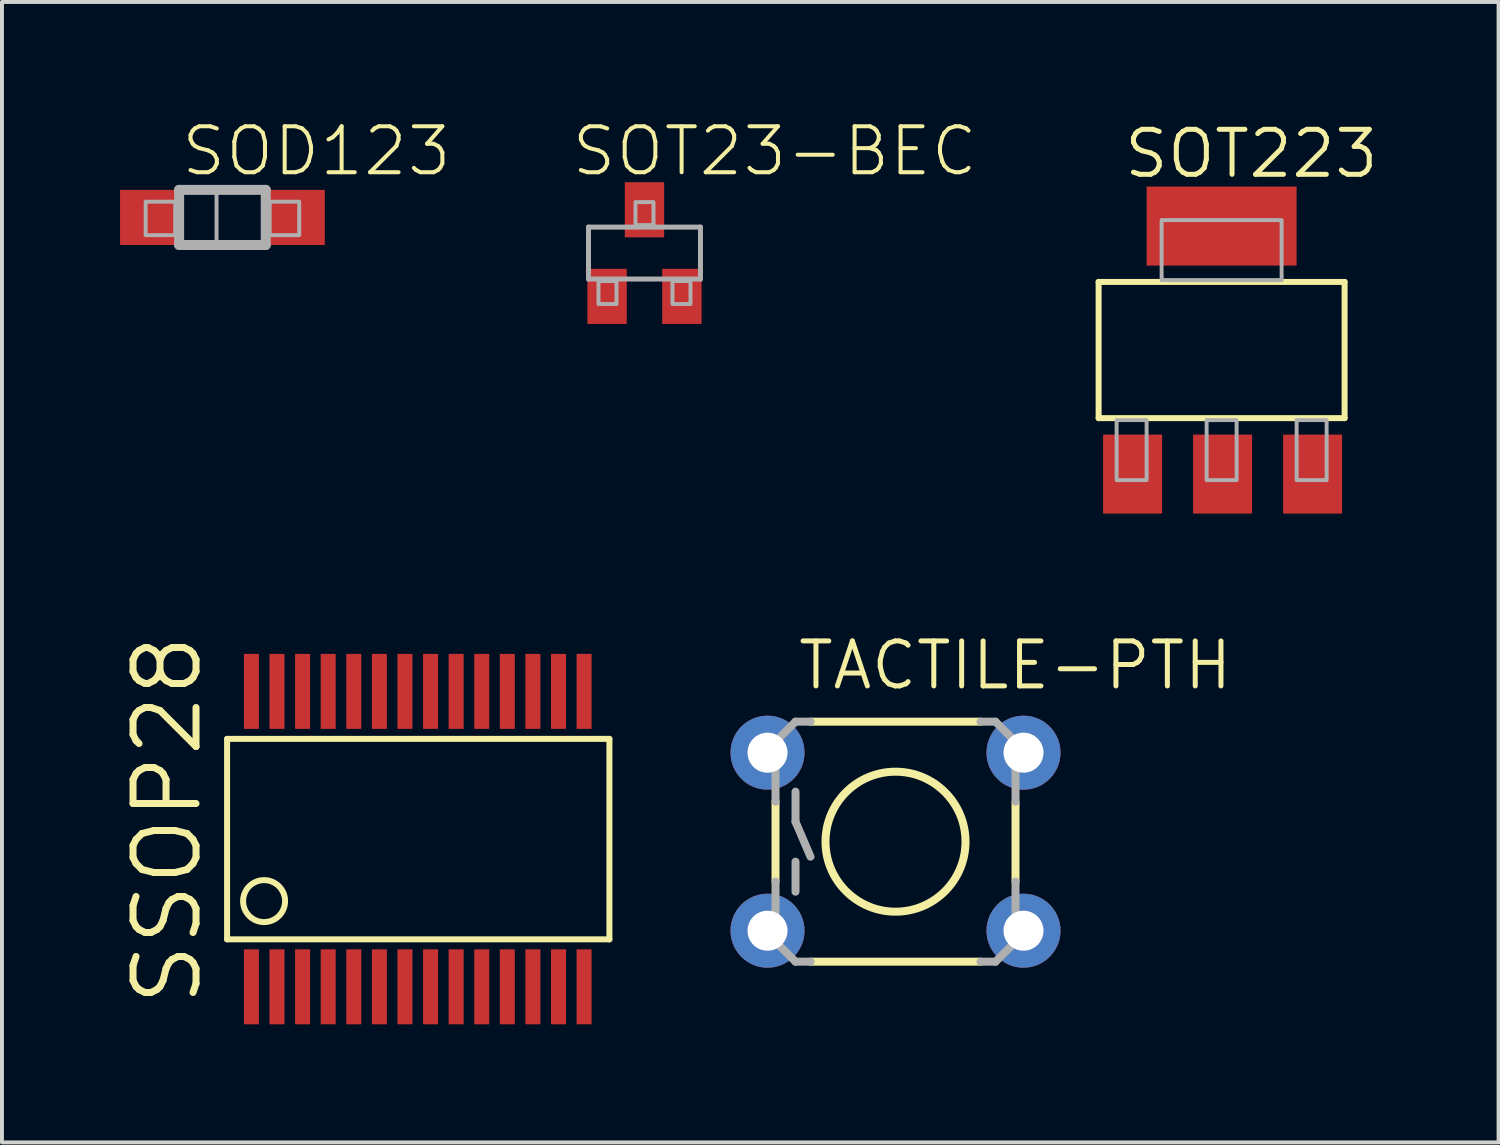
<source format=kicad_pcb>
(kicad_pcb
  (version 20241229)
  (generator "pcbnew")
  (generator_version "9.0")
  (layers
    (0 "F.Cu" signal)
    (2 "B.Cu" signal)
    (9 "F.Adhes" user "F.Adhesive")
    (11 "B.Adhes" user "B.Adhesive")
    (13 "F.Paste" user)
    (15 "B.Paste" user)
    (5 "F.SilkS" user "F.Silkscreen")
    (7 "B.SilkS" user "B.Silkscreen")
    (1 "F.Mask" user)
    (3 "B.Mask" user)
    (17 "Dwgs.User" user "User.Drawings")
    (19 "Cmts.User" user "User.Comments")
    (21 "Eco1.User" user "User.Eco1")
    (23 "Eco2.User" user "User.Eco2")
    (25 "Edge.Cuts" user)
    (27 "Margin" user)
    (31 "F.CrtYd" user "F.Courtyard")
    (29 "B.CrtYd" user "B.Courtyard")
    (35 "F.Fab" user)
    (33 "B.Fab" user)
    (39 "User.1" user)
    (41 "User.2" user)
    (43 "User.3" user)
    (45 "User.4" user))
  (footprint "SSOP28"
    (layer "F.Cu")
    (at 7.886 18.263)
    (property "Reference" "SSOP28" (at -5.752 4.318 90) (layer "F.SilkS") (effects (font (size 1.6 1.6) (thickness 0.178)) (justify left bottom)))
    (fp_line (start -5.168 -2.546) (end -5.168 2.546) (stroke (width 0.152) (type solid)) (layer "F.SilkS"))
    (fp_line (start -5.168 2.546) (end 4.543 2.546) (stroke (width 0.152) (type solid)) (layer "F.SilkS"))
    (fp_line (start 4.543 -2.546) (end -5.168 -2.546) (stroke (width 0.152) (type solid)) (layer "F.SilkS"))
    (fp_line (start 4.543 2.546) (end 4.543 -2.546) (stroke (width 0.152) (type solid)) (layer "F.SilkS"))
    (fp_circle (center -4.228 1.575) (end -3.695 1.575) (stroke (width 0.152) (type solid)) (fill no) (layer "F.SilkS"))
    (pad "1" smd rect (at -4.55 3.752 90) (size 1.905 0.381) (layers "F.Cu" "F.Mask" "F.Paste"))
    (pad "2" smd rect (at -3.9 3.752 90) (size 1.905 0.381) (layers "F.Cu" "F.Mask" "F.Paste"))
    (pad "3" smd rect (at -3.25 3.752 90) (size 1.905 0.381) (layers "F.Cu" "F.Mask" "F.Paste"))
    (pad "4" smd rect (at -2.6 3.752 90) (size 1.905 0.381) (layers "F.Cu" "F.Mask" "F.Paste"))
    (pad "5" smd rect (at -1.95 3.752 90) (size 1.905 0.381) (layers "F.Cu" "F.Mask" "F.Paste"))
    (pad "6" smd rect (at -1.3 3.752 90) (size 1.905 0.381) (layers "F.Cu" "F.Mask" "F.Paste"))
    (pad "7" smd rect (at -0.65 3.752 90) (size 1.905 0.381) (layers "F.Cu" "F.Mask" "F.Paste"))
    (pad "8" smd rect (at 0 3.752 90) (size 1.905 0.381) (layers "F.Cu" "F.Mask" "F.Paste"))
    (pad "9" smd rect (at 0.65 3.752 90) (size 1.905 0.381) (layers "F.Cu" "F.Mask" "F.Paste"))
    (pad "10" smd rect (at 1.3 3.752 90) (size 1.905 0.381) (layers "F.Cu" "F.Mask" "F.Paste"))
    (pad "11" smd rect (at 1.95 3.752 90) (size 1.905 0.381) (layers "F.Cu" "F.Mask" "F.Paste"))
    (pad "12" smd rect (at 2.6 3.752 90) (size 1.905 0.381) (layers "F.Cu" "F.Mask" "F.Paste"))
    (pad "13" smd rect (at 3.25 3.752 90) (size 1.905 0.381) (layers "F.Cu" "F.Mask" "F.Paste"))
    (pad "14" smd rect (at 3.9 3.752 90) (size 1.905 0.381) (layers "F.Cu" "F.Mask" "F.Paste"))
    (pad "15" smd rect (at 3.9 -3.752 90) (size 1.905 0.381) (layers "F.Cu" "F.Mask" "F.Paste"))
    (pad "16" smd rect (at 3.25 -3.752 90) (size 1.905 0.381) (layers "F.Cu" "F.Mask" "F.Paste"))
    (pad "17" smd rect (at 2.6 -3.752 90) (size 1.905 0.381) (layers "F.Cu" "F.Mask" "F.Paste"))
    (pad "18" smd rect (at 1.95 -3.752 90) (size 1.905 0.381) (layers "F.Cu" "F.Mask" "F.Paste"))
    (pad "19" smd rect (at 1.3 -3.752 90) (size 1.905 0.381) (layers "F.Cu" "F.Mask" "F.Paste"))
    (pad "20" smd rect (at 0.65 -3.752 90) (size 1.905 0.381) (layers "F.Cu" "F.Mask" "F.Paste"))
    (pad "21" smd rect (at 0 -3.752 90) (size 1.905 0.381) (layers "F.Cu" "F.Mask" "F.Paste"))
    (pad "22" smd rect (at -0.65 -3.752 90) (size 1.905 0.381) (layers "F.Cu" "F.Mask" "F.Paste"))
    (pad "23" smd rect (at -1.3 -3.752 90) (size 1.905 0.381) (layers "F.Cu" "F.Mask" "F.Paste"))
    (pad "24" smd rect (at -1.95 -3.752 90) (size 1.905 0.381) (layers "F.Cu" "F.Mask" "F.Paste"))
    (pad "25" smd rect (at -2.6 -3.752 90) (size 1.905 0.381) (layers "F.Cu" "F.Mask" "F.Paste"))
    (pad "26" smd rect (at -3.25 -3.752 90) (size 1.905 0.381) (layers "F.Cu" "F.Mask" "F.Paste"))
    (pad "27" smd rect (at -3.9 -3.752 90) (size 1.905 0.381) (layers "F.Cu" "F.Mask" "F.Paste"))
    (pad "28" smd rect (at -4.55 -3.752 90) (size 1.905 0.381) (layers "F.Cu" "F.Mask" "F.Paste")))
  (footprint "SOT223"
    (layer "F.Cu")
    (at 27.979 5.842)
    (property "Reference" "SOT223" (at -2.54 -4.318 0) (layer "F.SilkS") (effects (font (size 1.143 1.143) (thickness 0.127)) (justify left bottom)))
    (fp_line (start -3.124 -1.731) (end -3.124 1.729) (stroke (width 0.152) (type solid)) (layer "F.SilkS"))
    (fp_line (start -3.124 -1.731) (end 3.124 -1.731) (stroke (width 0.152) (type solid)) (layer "F.SilkS"))
    (fp_line (start 3.124 1.729) (end -3.124 1.729) (stroke (width 0.152) (type solid)) (layer "F.SilkS"))
    (fp_line (start 3.124 1.729) (end 3.124 -1.731) (stroke (width 0.152) (type solid)) (layer "F.SilkS"))
    (fp_poly (pts (xy -2.667 3.302) (xy -1.905 3.302) (xy -1.905 1.778) (xy -2.667 1.778)) (stroke (width 0.1) (type solid)) (fill no) (layer "F.Fab"))
    (fp_poly (pts (xy -1.524 -1.778) (xy 1.524 -1.778) (xy 1.524 -3.302) (xy -1.524 -3.302)) (stroke (width 0.1) (type solid)) (fill no) (layer "F.Fab"))
    (fp_poly (pts (xy -0.381 3.302) (xy 0.381 3.302) (xy 0.381 1.778) (xy -0.381 1.778)) (stroke (width 0.1) (type solid)) (fill no) (layer "F.Fab"))
    (fp_poly (pts (xy 1.905 3.302) (xy 2.667 3.302) (xy 2.667 1.778) (xy 1.905 1.778)) (stroke (width 0.1) (type solid)) (fill no) (layer "F.Fab"))
    (pad "1" smd rect (at -2.261 3.15) (size 1.499 2.007) (layers "F.Cu" "F.Mask" "F.Paste"))
    (pad "2" smd rect (at 0.025 3.15) (size 1.499 2.007) (layers "F.Cu" "F.Mask" "F.Paste"))
    (pad "3" smd rect (at 2.311 3.15) (size 1.499 2.007) (layers "F.Cu" "F.Mask" "F.Paste"))
    (pad "4" smd rect (at 0 -3.15) (size 3.81 2.007) (layers "F.Cu" "F.Mask" "F.Paste")))
  (footprint "SOT23-BEC"
    (layer "F.Cu")
    (at 13.32 3.378)
    (property "Reference" "SOT23-BEC" (at -1.905 -1.905 0) (layer "F.SilkS") (effects (font (size 1.168 1.168) (thickness 0.102)) (justify left bottom)))
    (fp_line (start -1.422 -0.66) (end 1.422 -0.66) (stroke (width 0.127) (type solid)) (layer "F.Fab"))
    (fp_line (start -1.422 0.66) (end -1.422 -0.66) (stroke (width 0.127) (type solid)) (layer "F.Fab"))
    (fp_line (start 1.422 -0.66) (end 1.422 0.66) (stroke (width 0.127) (type solid)) (layer "F.Fab"))
    (fp_line (start 1.422 0.66) (end -1.422 0.66) (stroke (width 0.127) (type solid)) (layer "F.Fab"))
    (fp_poly (pts (xy -1.168 1.295) (xy -0.711 1.295) (xy -0.711 0.711) (xy -1.168 0.711)) (stroke (width 0.1) (type solid)) (fill no) (layer "F.Fab"))
    (fp_poly (pts (xy -0.229 -0.711) (xy 0.229 -0.711) (xy 0.229 -1.295) (xy -0.229 -1.295)) (stroke (width 0.1) (type solid)) (fill no) (layer "F.Fab"))
    (fp_poly (pts (xy 0.711 1.295) (xy 1.168 1.295) (xy 1.168 0.711) (xy 0.711 0.711)) (stroke (width 0.1) (type solid)) (fill no) (layer "F.Fab"))
    (pad "B" smd rect (at -0.95 1.1) (size 1 1.4) (layers "F.Cu" "F.Mask" "F.Paste"))
    (pad "C" smd rect (at 0 -1.1) (size 1 1.4) (layers "F.Cu" "F.Mask" "F.Paste"))
    (pad "E" smd rect (at 0.95 1.1) (size 1 1.4) (layers "F.Cu" "F.Mask" "F.Paste")))
  (footprint "TACTILE-PTH"
    (layer "F.Cu")
    (at 19.696 18.329)
    (property "Reference" "TACTILE-PTH" (at -2.54 -3.81 0) (layer "F.SilkS") (effects (font (size 1.143 1.143) (thickness 0.127)) (justify left bottom)))
    (fp_line (start -3.048 -1.028) (end -3.048 1.016) (stroke (width 0.203) (type solid)) (layer "F.SilkS"))
    (fp_line (start -2.159 3.048) (end 2.159 3.048) (stroke (width 0.203) (type solid)) (layer "F.SilkS"))
    (fp_line (start 2.159 -3.048) (end -2.159 -3.048) (stroke (width 0.203) (type solid)) (layer "F.SilkS"))
    (fp_line (start 3.048 -0.998) (end 3.048 1.016) (stroke (width 0.203) (type solid)) (layer "F.SilkS"))
    (fp_circle (center 0 0) (end 1.778 0) (stroke (width 0.203) (type solid)) (fill no) (layer "F.SilkS"))
    (fp_line (start -3.048 -2.54) (end -3.048 -1.016) (stroke (width 0.203) (type solid)) (layer "F.Fab"))
    (fp_line (start -3.048 2.54) (end -3.048 1.016) (stroke (width 0.203) (type solid)) (layer "F.Fab"))
    (fp_line (start -2.54 -3.048) (end -3.048 -2.54) (stroke (width 0.203) (type solid)) (layer "F.Fab"))
    (fp_line (start -2.54 -3.048) (end -2.159 -3.048) (stroke (width 0.203) (type solid)) (layer "F.Fab"))
    (fp_line (start -2.54 -1.27) (end -2.54 -0.508) (stroke (width 0.203) (type solid)) (layer "F.Fab"))
    (fp_line (start -2.54 -0.508) (end -2.159 0.381) (stroke (width 0.203) (type solid)) (layer "F.Fab"))
    (fp_line (start -2.54 0.508) (end -2.54 1.27) (stroke (width 0.203) (type solid)) (layer "F.Fab"))
    (fp_line (start -2.54 3.048) (end -3.048 2.54) (stroke (width 0.203) (type solid)) (layer "F.Fab"))
    (fp_line (start -2.54 3.048) (end -2.159 3.048) (stroke (width 0.203) (type solid)) (layer "F.Fab"))
    (fp_line (start 2.54 -3.048) (end 2.159 -3.048) (stroke (width 0.203) (type solid)) (layer "F.Fab"))
    (fp_line (start 2.54 3.048) (end 2.159 3.048) (stroke (width 0.203) (type solid)) (layer "F.Fab"))
    (fp_line (start 2.54 3.048) (end 3.048 2.54) (stroke (width 0.203) (type solid)) (layer "F.Fab"))
    (fp_line (start 3.048 -2.54) (end 2.54 -3.048) (stroke (width 0.203) (type solid)) (layer "F.Fab"))
    (fp_line (start 3.048 -1.016) (end 3.048 -2.54) (stroke (width 0.203) (type solid)) (layer "F.Fab"))
    (fp_line (start 3.048 2.54) (end 3.048 1.016) (stroke (width 0.203) (type solid)) (layer "F.Fab"))
    (pad "1" thru_hole circle (at -3.251 -2.261) (size 1.88 1.88) (drill 1.016) (layers "*.Cu" "*.Mask"))
    (pad "2" thru_hole circle (at 3.251 -2.261) (size 1.88 1.88) (drill 1.016) (layers "*.Cu" "*.Mask"))
    (pad "3" thru_hole circle (at -3.251 2.261) (size 1.88 1.88) (drill 1.016) (layers "*.Cu" "*.Mask"))
    (pad "4" thru_hole circle (at 3.251 2.261) (size 1.88 1.88) (drill 1.016) (layers "*.Cu" "*.Mask")))
  (footprint "SOD123"
    (layer "F.Cu")
    (at 2.6 2.473)
    (property "Reference" "SOD123" (at -1.1 -1 0) (layer "F.SilkS") (effects (font (size 1.168 1.168) (thickness 0.102)) (justify left bottom)))
    (fp_line (start -1.1 -0.7) (end 1.1 -0.7) (stroke (width 0.254) (type solid)) (layer "F.Fab"))
    (fp_line (start -1.1 0.7) (end -1.1 -0.7) (stroke (width 0.254) (type solid)) (layer "F.Fab"))
    (fp_line (start 1.1 -0.7) (end 1.1 0.7) (stroke (width 0.254) (type solid)) (layer "F.Fab"))
    (fp_line (start 1.1 0.7) (end -1.1 0.7) (stroke (width 0.254) (type solid)) (layer "F.Fab"))
    (fp_poly (pts (xy -1.95 0.45) (xy -1.2 0.45) (xy -1.2 -0.4) (xy -1.95 -0.4)) (stroke (width 0.1) (type solid)) (fill no) (layer "F.Fab"))
    (fp_poly (pts (xy -1.05 0.65) (xy -0.15 0.65) (xy -0.15 -0.7) (xy -1.05 -0.7)) (stroke (width 0.1) (type solid)) (fill no) (layer "F.Fab"))
    (fp_poly (pts (xy 1.2 0.45) (xy 1.95 0.45) (xy 1.95 -0.4) (xy 1.2 -0.4)) (stroke (width 0.1) (type solid)) (fill no) (layer "F.Fab"))
    (pad "A" smd rect (at 1.9 0) (size 1.4 1.4) (layers "F.Cu" "F.Mask" "F.Paste"))
    (pad "C" smd rect (at -1.9 0) (size 1.4 1.4) (layers "F.Cu" "F.Mask" "F.Paste")))
  (gr_rect
    (start -3 -3)
    (end 35.014 25.968)
    (stroke (width 0.1) (type default))
    (fill no)
    (layer "Edge.Cuts")))
</source>
